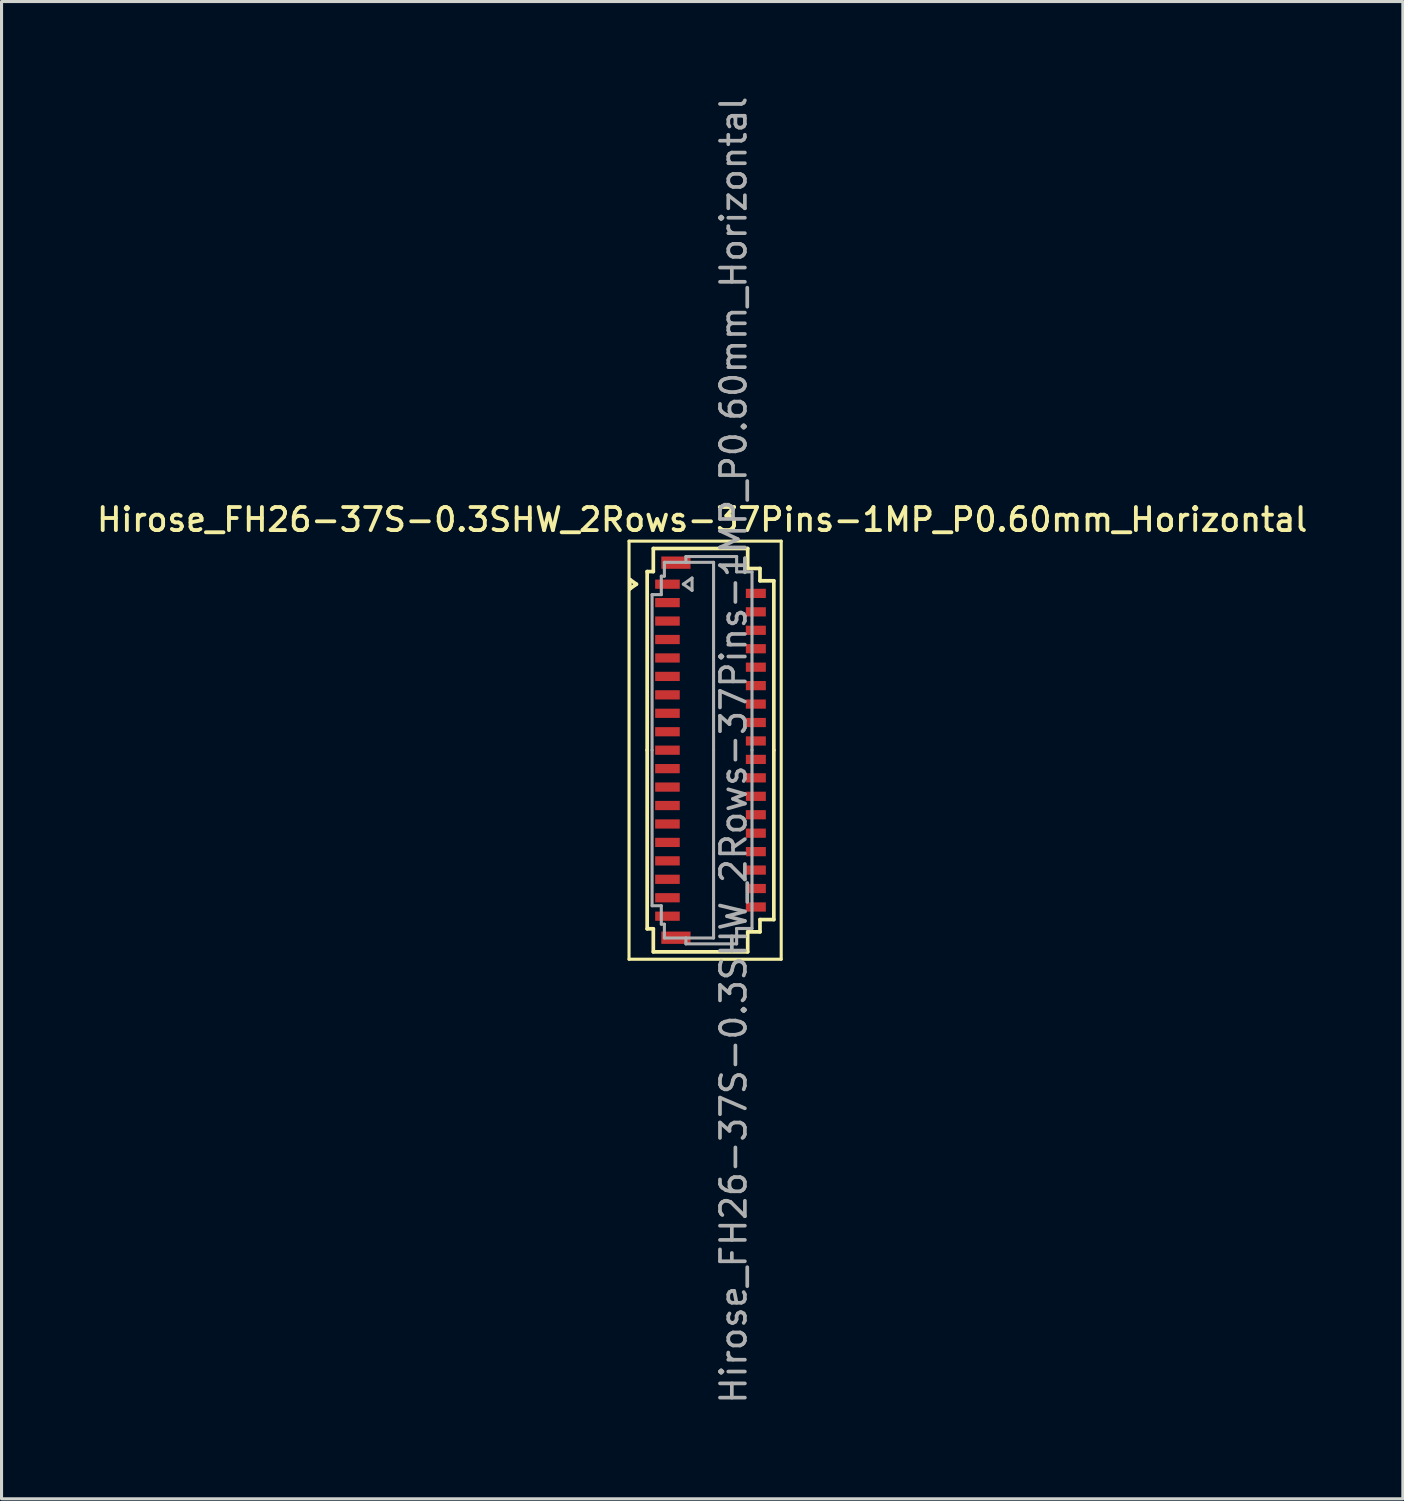
<source format=kicad_pcb>
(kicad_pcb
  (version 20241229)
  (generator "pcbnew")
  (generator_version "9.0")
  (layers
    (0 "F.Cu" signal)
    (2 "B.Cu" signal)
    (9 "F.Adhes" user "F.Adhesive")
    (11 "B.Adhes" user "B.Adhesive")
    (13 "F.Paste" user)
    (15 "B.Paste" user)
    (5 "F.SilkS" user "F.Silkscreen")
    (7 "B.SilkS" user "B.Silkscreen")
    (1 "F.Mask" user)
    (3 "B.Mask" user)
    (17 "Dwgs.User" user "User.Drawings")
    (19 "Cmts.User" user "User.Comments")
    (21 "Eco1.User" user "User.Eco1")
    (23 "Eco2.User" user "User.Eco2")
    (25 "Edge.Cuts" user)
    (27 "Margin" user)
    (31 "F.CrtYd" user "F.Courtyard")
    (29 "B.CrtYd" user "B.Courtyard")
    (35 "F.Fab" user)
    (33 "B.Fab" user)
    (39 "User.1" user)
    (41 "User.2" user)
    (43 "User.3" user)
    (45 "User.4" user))
  (footprint "Hirose_FH26-37S-0.3SHW_2Rows-37Pins-1MP_P0.60mm_Horizontal"
    (layer "F.Cu")
    (at 20.061 21.352)
    (property "Reference" "Hirose_FH26-37S-0.3SHW_2Rows-37Pins-1MP_P0.60mm_Horizontal" (at -0.27 -7.5 0) (layer "F.SilkS") (effects (font (size 0.75 0.75) (thickness 0.125))))
    (attr smd)
    (fp_line (start -2.65 -6.8) (end -2.65 6.8) (stroke (width 0.1) (type solid)) (layer "F.SilkS"))
    (fp_line (start -2.65 6.8) (end 2.3 6.8) (stroke (width 0.1) (type solid)) (layer "F.SilkS"))
    (fp_line (start -2.622 -5.55) (end -2.41 -5.4) (stroke (width 0.12) (type solid)) (layer "F.SilkS"))
    (fp_line (start -2.622 -5.25) (end -2.622 -5.55) (stroke (width 0.12) (type solid)) (layer "F.SilkS"))
    (fp_line (start -2.41 -5.4) (end -2.622 -5.25) (stroke (width 0.12) (type solid)) (layer "F.SilkS"))
    (fp_line (start -2.06 -5.81) (end -2.06 0) (stroke (width 0.12) (type solid)) (layer "F.SilkS"))
    (fp_line (start -2.06 5.81) (end -2.06 0) (stroke (width 0.12) (type solid)) (layer "F.SilkS"))
    (fp_line (start -1.86 -6.56) (end -1.86 -5.81) (stroke (width 0.12) (type solid)) (layer "F.SilkS"))
    (fp_line (start -1.86 -5.81) (end -2.06 -5.81) (stroke (width 0.12) (type solid)) (layer "F.SilkS"))
    (fp_line (start -1.86 5.81) (end -2.06 5.81) (stroke (width 0.12) (type solid)) (layer "F.SilkS"))
    (fp_line (start -1.86 6.56) (end -1.86 5.81) (stroke (width 0.12) (type solid)) (layer "F.SilkS"))
    (fp_line (start 1.21 -6.56) (end -1.86 -6.56) (stroke (width 0.12) (type solid)) (layer "F.SilkS"))
    (fp_line (start 1.21 -5.91) (end 1.21 -6.56) (stroke (width 0.12) (type solid)) (layer "F.SilkS"))
    (fp_line (start 1.21 5.91) (end 1.21 6.56) (stroke (width 0.12) (type solid)) (layer "F.SilkS"))
    (fp_line (start 1.21 6.56) (end -1.86 6.56) (stroke (width 0.12) (type solid)) (layer "F.SilkS"))
    (fp_line (start 1.61 -5.91) (end 1.21 -5.91) (stroke (width 0.12) (type solid)) (layer "F.SilkS"))
    (fp_line (start 1.61 -5.51) (end 1.61 -5.91) (stroke (width 0.12) (type solid)) (layer "F.SilkS"))
    (fp_line (start 1.61 5.51) (end 1.61 5.91) (stroke (width 0.12) (type solid)) (layer "F.SilkS"))
    (fp_line (start 1.61 5.91) (end 1.21 5.91) (stroke (width 0.12) (type solid)) (layer "F.SilkS"))
    (fp_line (start 2.06 -5.51) (end 1.61 -5.51) (stroke (width 0.12) (type solid)) (layer "F.SilkS"))
    (fp_line (start 2.06 0) (end 2.06 -5.51) (stroke (width 0.12) (type solid)) (layer "F.SilkS"))
    (fp_line (start 2.06 0) (end 2.06 5.51) (stroke (width 0.12) (type solid)) (layer "F.SilkS"))
    (fp_line (start 2.06 5.51) (end 1.61 5.51) (stroke (width 0.12) (type solid)) (layer "F.SilkS"))
    (fp_line (start 2.3 -6.8) (end -2.65 -6.8) (stroke (width 0.1) (type solid)) (layer "F.SilkS"))
    (fp_line (start 2.3 6.8) (end 2.3 -6.8) (stroke (width 0.1) (type solid)) (layer "F.SilkS"))
    (fp_line (start -1.9 -5.06) (end -1.6 -5.06) (stroke (width 0.1) (type solid)) (layer "F.Fab"))
    (fp_line (start -1.9 0) (end -1.9 -5.06) (stroke (width 0.1) (type solid)) (layer "F.Fab"))
    (fp_line (start -1.9 0) (end -1.9 5.06) (stroke (width 0.1) (type solid)) (layer "F.Fab"))
    (fp_line (start -1.9 5.06) (end -1.6 5.06) (stroke (width 0.1) (type solid)) (layer "F.Fab"))
    (fp_line (start -1.6 -5.66) (end -1.5 -5.66) (stroke (width 0.1) (type solid)) (layer "F.Fab"))
    (fp_line (start -1.6 -5.06) (end -1.6 -5.66) (stroke (width 0.1) (type solid)) (layer "F.Fab"))
    (fp_line (start -1.6 5.06) (end -1.6 5.66) (stroke (width 0.1) (type solid)) (layer "F.Fab"))
    (fp_line (start -1.6 5.66) (end -1.5 5.66) (stroke (width 0.1) (type solid)) (layer "F.Fab"))
    (fp_line (start -1.5 -6.11) (end -0.8 -6.11) (stroke (width 0.1) (type solid)) (layer "F.Fab"))
    (fp_line (start -1.5 -5.66) (end -1.5 -6.11) (stroke (width 0.1) (type solid)) (layer "F.Fab"))
    (fp_line (start -1.5 5.66) (end -1.5 6.11) (stroke (width 0.1) (type solid)) (layer "F.Fab"))
    (fp_line (start -1.5 6.11) (end -0.8 6.11) (stroke (width 0.1) (type solid)) (layer "F.Fab"))
    (fp_line (start -0.883 -5.4) (end -0.6 -5.2) (stroke (width 0.1) (type solid)) (layer "F.Fab"))
    (fp_line (start -0.8 -6.3) (end 0.85 -6.3) (stroke (width 0.1) (type solid)) (layer "F.Fab"))
    (fp_line (start -0.8 -6.11) (end -0.8 -6.3) (stroke (width 0.1) (type solid)) (layer "F.Fab"))
    (fp_line (start -0.8 6.11) (end -0.8 6.3) (stroke (width 0.1) (type solid)) (layer "F.Fab"))
    (fp_line (start -0.8 6.3) (end 0.85 6.3) (stroke (width 0.1) (type solid)) (layer "F.Fab"))
    (fp_line (start -0.6 -5.6) (end -0.883 -5.4) (stroke (width 0.1) (type solid)) (layer "F.Fab"))
    (fp_line (start -0.6 -5.2) (end -0.6 -5.6) (stroke (width 0.1) (type solid)) (layer "F.Fab"))
    (fp_line (start 0.1 -6.11) (end -0.8 -6.11) (stroke (width 0.1) (type solid)) (layer "F.Fab"))
    (fp_line (start 0.1 0) (end 0.1 -6.11) (stroke (width 0.1) (type solid)) (layer "F.Fab"))
    (fp_line (start 0.1 0) (end 0.1 6.11) (stroke (width 0.1) (type solid)) (layer "F.Fab"))
    (fp_line (start 0.1 6.11) (end -0.8 6.11) (stroke (width 0.1) (type solid)) (layer "F.Fab"))
    (fp_line (start 0.85 -6.3) (end 0.85 -5.8) (stroke (width 0.1) (type solid)) (layer "F.Fab"))
    (fp_line (start 0.85 -5.8) (end 1.35 -5.8) (stroke (width 0.1) (type solid)) (layer "F.Fab"))
    (fp_line (start 0.85 5.8) (end 1.35 5.8) (stroke (width 0.1) (type solid)) (layer "F.Fab"))
    (fp_line (start 0.85 6.3) (end 0.85 5.8) (stroke (width 0.1) (type solid)) (layer "F.Fab"))
    (fp_line (start 1.35 -5.8) (end 1.35 0) (stroke (width 0.1) (type solid)) (layer "F.Fab"))
    (fp_line (start 1.35 5.8) (end 1.35 0) (stroke (width 0.1) (type solid)) (layer "F.Fab"))
    (fp_text user "${REFERENCE}" (at 0.75 0 90) (layer "F.Fab") (effects (font (size 0.81 0.81) (thickness 0.12))))
    (pad "1" smd rect (at -1.4 -5.4) (size 0.8 0.3) (layers "F.Cu" "F.Mask" "F.Paste"))
    (pad "2" smd rect (at 1.475 -5.1) (size 0.65 0.3) (layers "F.Cu" "F.Mask" "F.Paste"))
    (pad "3" smd rect (at -1.4 -4.8) (size 0.8 0.3) (layers "F.Cu" "F.Mask" "F.Paste"))
    (pad "4" smd rect (at 1.475 -4.5) (size 0.65 0.3) (layers "F.Cu" "F.Mask" "F.Paste"))
    (pad "5" smd rect (at -1.4 -4.2) (size 0.8 0.3) (layers "F.Cu" "F.Mask" "F.Paste"))
    (pad "6" smd rect (at 1.475 -3.9) (size 0.65 0.3) (layers "F.Cu" "F.Mask" "F.Paste"))
    (pad "7" smd rect (at -1.4 -3.6) (size 0.8 0.3) (layers "F.Cu" "F.Mask" "F.Paste"))
    (pad "8" smd rect (at 1.475 -3.3) (size 0.65 0.3) (layers "F.Cu" "F.Mask" "F.Paste"))
    (pad "9" smd rect (at -1.4 -3) (size 0.8 0.3) (layers "F.Cu" "F.Mask" "F.Paste"))
    (pad "10" smd rect (at 1.475 -2.7) (size 0.65 0.3) (layers "F.Cu" "F.Mask" "F.Paste"))
    (pad "11" smd rect (at -1.4 -2.4) (size 0.8 0.3) (layers "F.Cu" "F.Mask" "F.Paste"))
    (pad "12" smd rect (at 1.475 -2.1) (size 0.65 0.3) (layers "F.Cu" "F.Mask" "F.Paste"))
    (pad "13" smd rect (at -1.4 -1.8) (size 0.8 0.3) (layers "F.Cu" "F.Mask" "F.Paste"))
    (pad "14" smd rect (at 1.475 -1.5) (size 0.65 0.3) (layers "F.Cu" "F.Mask" "F.Paste"))
    (pad "15" smd rect (at -1.4 -1.2) (size 0.8 0.3) (layers "F.Cu" "F.Mask" "F.Paste"))
    (pad "16" smd rect (at 1.475 -0.9) (size 0.65 0.3) (layers "F.Cu" "F.Mask" "F.Paste"))
    (pad "17" smd rect (at -1.4 -0.6) (size 0.8 0.3) (layers "F.Cu" "F.Mask" "F.Paste"))
    (pad "18" smd rect (at 1.475 -0.3) (size 0.65 0.3) (layers "F.Cu" "F.Mask" "F.Paste"))
    (pad "19" smd rect (at -1.4 0) (size 0.8 0.3) (layers "F.Cu" "F.Mask" "F.Paste"))
    (pad "20" smd rect (at 1.475 0.3) (size 0.65 0.3) (layers "F.Cu" "F.Mask" "F.Paste"))
    (pad "21" smd rect (at -1.4 0.6) (size 0.8 0.3) (layers "F.Cu" "F.Mask" "F.Paste"))
    (pad "22" smd rect (at 1.475 0.9) (size 0.65 0.3) (layers "F.Cu" "F.Mask" "F.Paste"))
    (pad "23" smd rect (at -1.4 1.2) (size 0.8 0.3) (layers "F.Cu" "F.Mask" "F.Paste"))
    (pad "24" smd rect (at 1.475 1.5) (size 0.65 0.3) (layers "F.Cu" "F.Mask" "F.Paste"))
    (pad "25" smd rect (at -1.4 1.8) (size 0.8 0.3) (layers "F.Cu" "F.Mask" "F.Paste"))
    (pad "26" smd rect (at 1.475 2.1) (size 0.65 0.3) (layers "F.Cu" "F.Mask" "F.Paste"))
    (pad "27" smd rect (at -1.4 2.4) (size 0.8 0.3) (layers "F.Cu" "F.Mask" "F.Paste"))
    (pad "28" smd rect (at 1.475 2.7) (size 0.65 0.3) (layers "F.Cu" "F.Mask" "F.Paste"))
    (pad "29" smd rect (at -1.4 3) (size 0.8 0.3) (layers "F.Cu" "F.Mask" "F.Paste"))
    (pad "30" smd rect (at 1.475 3.3) (size 0.65 0.3) (layers "F.Cu" "F.Mask" "F.Paste"))
    (pad "31" smd rect (at -1.4 3.6) (size 0.8 0.3) (layers "F.Cu" "F.Mask" "F.Paste"))
    (pad "32" smd rect (at 1.475 3.9) (size 0.65 0.3) (layers "F.Cu" "F.Mask" "F.Paste"))
    (pad "33" smd rect (at -1.4 4.2) (size 0.8 0.3) (layers "F.Cu" "F.Mask" "F.Paste"))
    (pad "34" smd rect (at 1.475 4.5) (size 0.65 0.3) (layers "F.Cu" "F.Mask" "F.Paste"))
    (pad "35" smd rect (at -1.4 4.8) (size 0.8 0.3) (layers "F.Cu" "F.Mask" "F.Paste"))
    (pad "36" smd rect (at 1.475 5.1) (size 0.65 0.3) (layers "F.Cu" "F.Mask" "F.Paste"))
    (pad "37" smd rect (at -1.4 5.4) (size 0.8 0.3) (layers "F.Cu" "F.Mask" "F.Paste"))
    (pad "MP" smd rect (at -1.125 -6.1) (size 0.95 0.4) (layers "F.Cu" "F.Mask" "F.Paste"))
    (pad "MP" smd rect (at -1.125 6.1) (size 0.95 0.4) (layers "F.Cu" "F.Mask" "F.Paste")))
  (gr_rect
    (start -3 -3)
    (end 42.582 45.704)
    (stroke (width 0.1) (type default))
    (fill no)
    (layer "Edge.Cuts")))
</source>
